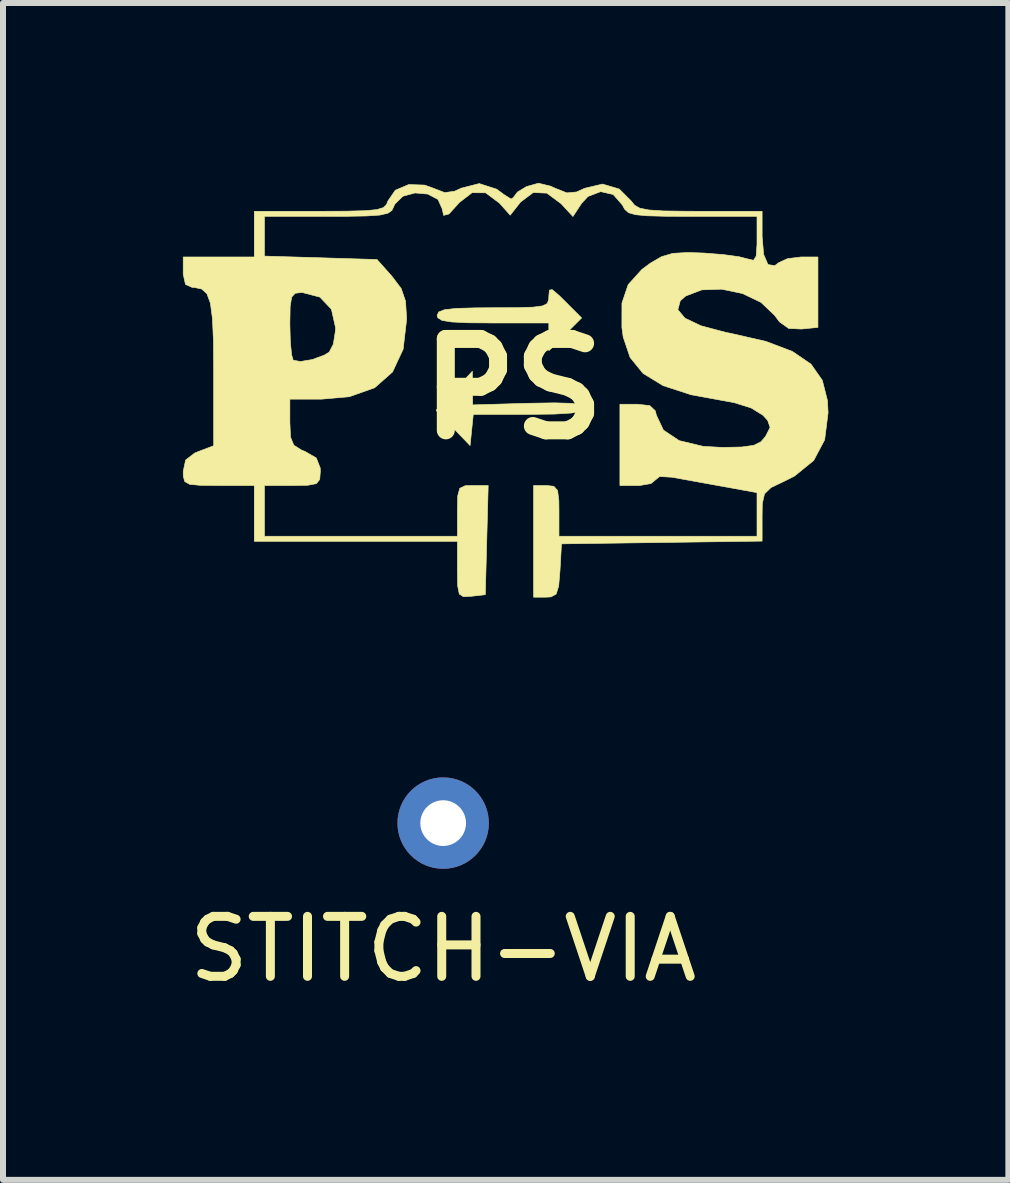
<source format=kicad_pcb>
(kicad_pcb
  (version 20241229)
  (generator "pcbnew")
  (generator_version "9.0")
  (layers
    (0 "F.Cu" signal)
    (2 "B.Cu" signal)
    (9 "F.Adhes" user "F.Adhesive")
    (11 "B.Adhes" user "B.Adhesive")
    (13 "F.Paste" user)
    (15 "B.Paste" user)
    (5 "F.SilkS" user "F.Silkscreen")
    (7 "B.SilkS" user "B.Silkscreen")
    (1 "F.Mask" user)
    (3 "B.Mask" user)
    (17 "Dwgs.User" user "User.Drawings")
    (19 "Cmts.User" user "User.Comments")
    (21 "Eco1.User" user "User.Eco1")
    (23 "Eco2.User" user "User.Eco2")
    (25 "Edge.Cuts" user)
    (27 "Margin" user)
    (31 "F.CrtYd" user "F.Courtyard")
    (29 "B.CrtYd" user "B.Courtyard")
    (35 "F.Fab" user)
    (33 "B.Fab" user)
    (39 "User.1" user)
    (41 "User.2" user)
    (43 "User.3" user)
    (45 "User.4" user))
  (footprint "PS"
    (layer "F.Cu")
    (at 5.508 3.436)
    (property "Reference" "PS" (at 0 0 0) (layer "F.SilkS") (effects (font (size 1.524 1.524) (thickness 0.3))))
    (attr through_hole)
    (fp_poly (pts (xy -0.68 -0.016) (xy -0.677 0.265) (xy 0.254 0.238) (xy 0.687 0.231) (xy 0.972 0.239) (xy 1.131 0.266) (xy 1.185 0.311) (xy 1.186 0.318) (xy 1.136 0.367) (xy 0.975 0.4) (xy 0.683 0.418) (xy 0.259 0.423) (xy -0.667 0.423) (xy -0.72 0.943) (xy -1.003 0.649) (xy -1.287 0.355) (xy -0.985 0.029) (xy -0.682 -0.296) (xy -0.68 -0.016)) (stroke (width 0.01) (type solid)) (fill yes) (layer "F.SilkS"))
    (fp_poly (pts (xy 0.767 -1.557) (xy 0.866 -1.459) (xy 1.14 -1.185) (xy 0.866 -0.912) (xy 0.593 -0.638) (xy 0.593 -1.101) (xy -0.339 -1.101) (xy -0.756 -1.104) (xy -1.03 -1.118) (xy -1.189 -1.144) (xy -1.259 -1.188) (xy -1.27 -1.228) (xy -1.243 -1.285) (xy -1.146 -1.322) (xy -0.95 -1.344) (xy -0.63 -1.353) (xy -0.339 -1.355) (xy 0.068 -1.356) (xy 0.335 -1.365) (xy 0.491 -1.386) (xy 0.567 -1.426) (xy 0.591 -1.491) (xy 0.593 -1.544) (xy 0.602 -1.649) (xy 0.649 -1.657) (xy 0.767 -1.557)) (stroke (width 0.01) (type solid)) (fill yes) (layer "F.SilkS"))
    (fp_poly (pts (xy 0.622 -3.382) (xy 0.694 -3.349) (xy 0.894 -3.27) (xy 1.055 -3.285) (xy 1.189 -3.346) (xy 1.488 -3.417) (xy 1.767 -3.334) (xy 1.965 -3.136) (xy 2.024 -3.063) (xy 2.112 -3.014) (xy 2.261 -2.985) (xy 2.502 -2.969) (xy 2.866 -2.964) (xy 3.111 -2.963) (xy 4.149 -2.963) (xy 4.149 -2.545) (xy 4.175 -2.242) (xy 4.247 -2.075) (xy 4.359 -2.056) (xy 4.427 -2.107) (xy 4.572 -2.173) (xy 4.793 -2.201) (xy 4.801 -2.201) (xy 5.08 -2.201) (xy 5.08 -1.027) (xy 4.805 -1) (xy 4.592 -1.01) (xy 4.439 -1.119) (xy 4.358 -1.228) (xy 4.131 -1.444) (xy 3.821 -1.592) (xy 3.475 -1.664) (xy 3.143 -1.653) (xy 2.874 -1.55) (xy 2.784 -1.47) (xy 2.744 -1.322) (xy 2.863 -1.181) (xy 3.13 -1.054) (xy 3.536 -0.946) (xy 3.616 -0.93) (xy 4.212 -0.794) (xy 4.655 -0.626) (xy 4.964 -0.415) (xy 5.153 -0.145) (xy 5.239 0.195) (xy 5.249 0.396) (xy 5.192 0.847) (xy 5.009 1.192) (xy 4.688 1.453) (xy 4.516 1.539) (xy 4.297 1.644) (xy 4.189 1.748) (xy 4.152 1.911) (xy 4.149 2.119) (xy 4.149 2.536) (xy 2.477 2.559) (xy 0.804 2.582) (xy 0.779 3.027) (xy 0.757 3.287) (xy 0.715 3.419) (xy 0.63 3.466) (xy 0.546 3.471) (xy 0.339 3.471) (xy 0.339 1.609) (xy 0.55 1.609) (xy 0.676 1.622) (xy 0.739 1.692) (xy 0.76 1.862) (xy 0.762 2.032) (xy 0.762 2.455) (xy 4.064 2.455) (xy 4.064 1.728) (xy 3.493 1.624) (xy 3.153 1.563) (xy 2.84 1.506) (xy 2.646 1.471) (xy 2.44 1.459) (xy 2.371 1.515) (xy 2.296 1.577) (xy 2.113 1.608) (xy 2.074 1.609) (xy 1.778 1.609) (xy 1.778 0.254) (xy 2.068 0.254) (xy 2.276 0.277) (xy 2.368 0.364) (xy 2.386 0.436) (xy 2.504 0.686) (xy 2.767 0.861) (xy 3.165 0.956) (xy 3.487 0.974) (xy 3.811 0.967) (xy 4.011 0.939) (xy 4.131 0.879) (xy 4.207 0.789) (xy 4.282 0.641) (xy 4.242 0.524) (xy 4.161 0.436) (xy 3.964 0.315) (xy 3.678 0.226) (xy 3.583 0.209) (xy 2.965 0.096) (xy 2.498 -0.056) (xy 2.164 -0.26) (xy 1.948 -0.526) (xy 1.833 -0.866) (xy 1.811 -1.026) (xy 1.812 -1.433) (xy 1.916 -1.74) (xy 2.143 -1.992) (xy 2.287 -2.099) (xy 2.473 -2.207) (xy 2.661 -2.262) (xy 2.913 -2.276) (xy 3.175 -2.267) (xy 3.495 -2.242) (xy 3.762 -2.206) (xy 3.916 -2.167) (xy 4.006 -2.146) (xy 4.05 -2.216) (xy 4.064 -2.411) (xy 4.064 -2.489) (xy 4.064 -2.879) (xy 2.983 -2.879) (xy 2.538 -2.88) (xy 2.232 -2.888) (xy 2.037 -2.906) (xy 1.922 -2.94) (xy 1.859 -2.995) (xy 1.819 -3.069) (xy 1.667 -3.243) (xy 1.457 -3.291) (xy 1.245 -3.21) (xy 1.138 -3.094) (xy 0.995 -2.876) (xy 0.798 -3.089) (xy 0.56 -3.266) (xy 0.333 -3.276) (xy 0.121 -3.117) (xy 0.108 -3.1) (xy -0.051 -2.898) (xy -0.231 -3.1) (xy -0.46 -3.271) (xy -0.687 -3.273) (xy -0.903 -3.107) (xy -0.916 -3.09) (xy -1.073 -2.918) (xy -1.161 -2.895) (xy -1.185 -3.003) (xy -1.254 -3.16) (xy -1.424 -3.25) (xy -1.638 -3.269) (xy -1.841 -3.214) (xy -1.976 -3.081) (xy -1.99 -3.048) (xy -2.024 -2.977) (xy -2.092 -2.93) (xy -2.224 -2.9) (xy -2.449 -2.885) (xy -2.795 -2.879) (xy -3.096 -2.879) (xy -4.149 -2.879) (xy -4.149 -2.216) (xy -2.272 -2.159) (xy -2.025 -1.882) (xy -1.869 -1.676) (xy -1.796 -1.463) (xy -1.778 -1.164) (xy -1.778 -1.163) (xy -1.836 -0.664) (xy -2.013 -0.284) (xy -2.311 -0.021) (xy -2.734 0.129) (xy -3.196 0.169) (xy -3.725 0.169) (xy -3.725 0.558) (xy -3.714 0.802) (xy -3.66 0.936) (xy -3.533 1.017) (xy -3.471 1.042) (xy -3.284 1.15) (xy -3.219 1.316) (xy -3.217 1.373) (xy -3.227 1.508) (xy -3.283 1.578) (xy -3.427 1.605) (xy -3.683 1.609) (xy -4.149 1.609) (xy -4.149 2.455) (xy -0.931 2.455) (xy -0.931 2.032) (xy -0.926 1.781) (xy -0.892 1.656) (xy -0.803 1.613) (xy -0.674 1.609) (xy -0.418 1.609) (xy -0.466 3.429) (xy -0.699 3.456) (xy -0.831 3.463) (xy -0.9 3.419) (xy -0.927 3.284) (xy -0.931 3.02) (xy -0.931 3.011) (xy -0.931 2.54) (xy -4.318 2.54) (xy -4.318 1.609) (xy -4.911 1.609) (xy -5.22 1.606) (xy -5.397 1.589) (xy -5.479 1.542) (xy -5.502 1.451) (xy -5.503 1.373) (xy -5.463 1.184) (xy -5.31 1.067) (xy -5.249 1.042) (xy -4.995 0.946) (xy -4.995 -0.272) (xy -4.999 -0.797) (xy -5.011 -1.072) (xy -3.725 -1.072) (xy -3.717 -0.785) (xy -3.696 -0.57) (xy -3.67 -0.481) (xy -3.55 -0.458) (xy -3.352 -0.491) (xy -3.153 -0.564) (xy -3.069 -0.615) (xy -3 -0.748) (xy -2.965 -0.971) (xy -2.963 -1.022) (xy -3.032 -1.329) (xy -3.224 -1.532) (xy -3.519 -1.609) (xy -3.533 -1.609) (xy -3.637 -1.596) (xy -3.695 -1.532) (xy -3.72 -1.379) (xy -3.725 -1.097) (xy -3.725 -1.072) (xy -5.011 -1.072) (xy -5.016 -1.176) (xy -5.05 -1.432) (xy -5.108 -1.588) (xy -5.195 -1.667) (xy -5.317 -1.693) (xy -5.351 -1.693) (xy -5.465 -1.743) (xy -5.503 -1.913) (xy -5.503 -1.947) (xy -5.503 -2.201) (xy -4.318 -2.201) (xy -4.318 -2.963) (xy -3.227 -2.963) (xy -2.779 -2.965) (xy -2.471 -2.973) (xy -2.276 -2.991) (xy -2.167 -3.024) (xy -2.113 -3.076) (xy -2.092 -3.132) (xy -1.967 -3.314) (xy -1.743 -3.409) (xy -1.477 -3.4) (xy -1.344 -3.352) (xy -1.144 -3.275) (xy -0.979 -3.297) (xy -0.866 -3.349) (xy -0.567 -3.425) (xy -0.277 -3.332) (xy -0.148 -3.237) (xy -0.036 -3.167) (xy 0 -3.191) (xy 0.069 -3.283) (xy 0.22 -3.375) (xy 0.42 -3.431) (xy 0.622 -3.382)) (stroke (width 0.01) (type solid)) (fill yes) (layer "F.SilkS")))
  (footprint "STITCH-VIA"
    (layer "F.Cu")
    (at 4.339 10.674)
    (property "Reference" "STITCH-VIA" (at 0 2.1 0) (layer "F.SilkS") (effects (font (size 1 1) (thickness 0.15))))
    (attr through_hole)
    (pad "1" thru_hole circle (at 0 0) (size 1.524 1.524) (drill 0.762) (layers "*.Cu")))
  (gr_rect
    (start -3 -3)
    (end 13.763 16.622)
    (stroke (width 0.1) (type default))
    (fill no)
    (layer "Edge.Cuts")))
</source>
